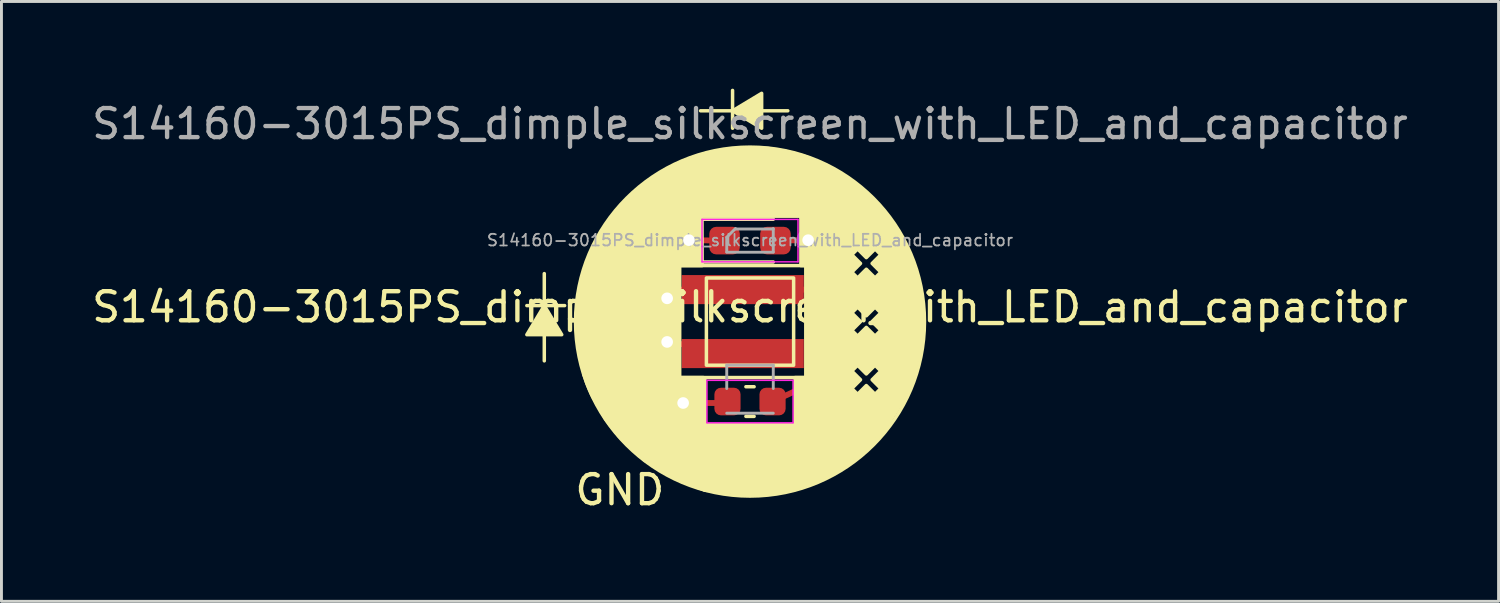
<source format=kicad_pcb>
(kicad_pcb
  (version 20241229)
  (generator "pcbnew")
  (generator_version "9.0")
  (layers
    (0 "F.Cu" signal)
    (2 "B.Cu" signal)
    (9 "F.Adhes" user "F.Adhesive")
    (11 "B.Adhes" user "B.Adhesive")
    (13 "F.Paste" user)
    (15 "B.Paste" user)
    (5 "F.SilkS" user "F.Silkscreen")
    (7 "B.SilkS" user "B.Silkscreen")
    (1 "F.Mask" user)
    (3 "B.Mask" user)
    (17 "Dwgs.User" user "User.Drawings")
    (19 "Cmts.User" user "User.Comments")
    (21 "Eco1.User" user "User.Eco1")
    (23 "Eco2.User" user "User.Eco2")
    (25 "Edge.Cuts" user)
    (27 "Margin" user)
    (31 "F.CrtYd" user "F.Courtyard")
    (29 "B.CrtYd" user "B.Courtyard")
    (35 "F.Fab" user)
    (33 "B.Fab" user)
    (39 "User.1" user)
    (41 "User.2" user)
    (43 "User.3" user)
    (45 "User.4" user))
  (footprint "S14160-3015PS_dimple_silkscreen_with_LED_and_capacitor"
    (layer "F.Cu")
    (at 22.744 8.01)
    (property "Reference" "S14160-3015PS_dimple_silkscreen_with_LED_and_capacitor" (at 0 -0.5 0) (unlocked yes) (layer "F.SilkS") (effects (font (size 1 1) (thickness 0.15))))
    (attr smd)
    (fp_line (start -2.85 -0.8) (end -2.35 -1.1) (stroke (width 0.2) (type default)) (layer "F.Cu"))
    (fp_line (start -2.85 0.7) (end -0.25 1.1) (stroke (width 0.2) (type default)) (layer "F.Cu"))
    (fp_line (start -2.1 -2.8) (end -0.875 -2.785) (stroke (width 0.2) (type default)) (layer "F.Cu"))
    (fp_line (start -0.775 2.8) (end -2.3 2.8) (stroke (width 0.2) (type default)) (layer "F.Cu"))
    (fp_line (start -0.25 -1.1) (end 2.9 -1.1) (stroke (width 0.2) (type default)) (layer "F.Cu"))
    (fp_line (start 0.875 -2.785) (end 2 -2.8) (stroke (width 0.2) (type default)) (layer "F.Cu"))
    (fp_line (start 2.4 2) (end 0.775 2.75) (stroke (width 0.2) (type default)) (layer "F.Cu"))
    (fp_line (start 2.9 -1.1) (end 2.4 2) (stroke (width 0.2) (type default)) (layer "F.Cu"))
    (fp_line (start -7.675 -0.55) (end -6.375 -0.55) (stroke (width 0.12) (type solid)) (layer "F.SilkS"))
    (fp_line (start -7.075 -1.65) (end -7.075 1.35) (stroke (width 0.12) (type solid)) (layer "F.SilkS"))
    (fp_line (start -2.425 1.925) (end -2.425 -1.925) (stroke (width 0.12) (type solid)) (layer "F.SilkS"))
    (fp_line (start -2.425 1.925) (end 1.925 1.925) (stroke (width 0.12) (type solid)) (layer "F.SilkS"))
    (fp_line (start -1.7 -7.25) (end 1.3 -7.25) (stroke (width 0.12) (type solid)) (layer "F.SilkS"))
    (fp_line (start -1.66 -3.52) (end -1.66 -2.05) (stroke (width 0.12) (type solid)) (layer "F.SilkS"))
    (fp_line (start -1.66 -2.05) (end 0.8 -2.05) (stroke (width 0.12) (type solid)) (layer "F.SilkS"))
    (fp_line (start -0.6 -6.65) (end -0.6 -7.95) (stroke (width 0.12) (type solid)) (layer "F.SilkS"))
    (fp_line (start -0.141 2.24) (end 0.141 2.24) (stroke (width 0.12) (type solid)) (layer "F.SilkS"))
    (fp_line (start -0.141 3.26) (end 0.141 3.26) (stroke (width 0.12) (type solid)) (layer "F.SilkS"))
    (fp_line (start 0.8 -3.52) (end -1.66 -3.52) (stroke (width 0.12) (type solid)) (layer "F.SilkS"))
    (fp_line (start 1.925 -1.925) (end -2.425 -1.925) (stroke (width 0.12) (type solid)) (layer "F.SilkS"))
    (fp_line (start 1.925 -1.925) (end 1.925 1.925) (stroke (width 0.12) (type solid)) (layer "F.SilkS"))
    (fp_rect (start -1.5 -1.5) (end 1.5 1.5) (stroke (width 0.12) (type solid)) (fill no) (layer "F.SilkS"))
    (fp_rect (start 4.6 -0.625) (end 3.375 -1.4) (stroke (width 0.12) (type solid)) (fill yes) (layer "F.SilkS"))
    (fp_rect (start 4.6 0.6) (end 3.375 1.4) (stroke (width 0.12) (type solid)) (fill yes) (layer "F.SilkS"))
    (fp_circle (center 0 0) (end 6 0) (stroke (width 0.12) (type solid)) (fill no) (layer "F.SilkS"))
    (fp_poly (pts (xy -7.075 -0.55) (xy -7.675 0.45) (xy -6.475 0.45)) (stroke (width 0.12) (type solid)) (fill yes) (layer "F.SilkS"))
    (fp_poly (pts (xy -0.6 -7.25) (xy 0.4 -6.65) (xy 0.4 -7.85)) (stroke (width 0.12) (type solid)) (fill yes) (layer "F.SilkS"))
    (fp_poly (pts (xy 3.525 -4.8) (xy 3.4 -2.6) (xy 4.6 -2.6) (xy 5.1 -3.1) (xy 4.65 -3.725) (xy 4.2 -4.225)) (stroke (width 0.12) (type solid)) (fill yes) (layer "F.SilkS"))
    (fp_poly (pts (xy 1.925 1.925) (xy 1.925 -1.925) (xy 1.75 -1.925) (xy 1.75 -3.825) (xy 2.525 -5.4) (xy 3.225 -5) (xy 3.525 -4.8) (xy 3.4 -2.6) (xy 3.325 1.675)) (stroke (width 0.12) (type solid)) (fill yes) (layer "F.SilkS"))
    (fp_poly (pts (xy 4.6 -2.6) (xy 4.6 3.75) (xy 5.275 2.7) (xy 5.625 1.875) (xy 5.825 1.075) (xy 5.925 0.175) (xy 5.925 -0.325) (xy 5.8 -1.3) (xy 5.375 -2.55) (xy 5.1 -3.1)) (stroke (width 0.12) (type solid)) (fill yes) (layer "F.SilkS"))
    (fp_poly (pts (xy -1.55 1.95) (xy -1.55 5.8) (xy -2.6 5.375) (xy -3.65 4.75) (xy -4.5 3.95) (xy -4.95 3.375) (xy -5.45 2.5) (xy -5.6 2.15) (xy -5.7 1.85) (xy -2.425 1.925) (xy -1.6 1.925)) (stroke (width 0.12) (type solid)) (fill yes) (layer "F.SilkS"))
    (fp_poly (pts (xy 1.9 -3.65) (xy 2.525 -5.4) (xy 1.9 -5.675) (xy 1.25 -5.85) (xy 0.65 -5.95) (xy 0.025 -5.975) (xy -0.375 -5.95) (xy -1.325 -5.8) (xy -2.1 -5.55) (xy -2.425 -5.425) (xy -1.675 -3.625) (xy 1.7 -3.625)) (stroke (width 0.12) (type solid)) (fill yes) (layer "F.SilkS"))
    (fp_poly (pts (xy -2.425 1.925) (xy -2.425 -1.925) (xy -1.65 -1.925) (xy -1.66 -3.52) (xy -2.425 -5.425) (xy -3.2 -5.025) (xy -3.925 -4.45) (xy -4.425 -3.975) (xy -4.95 -3.325) (xy -5.425 -2.475) (xy -5.7 -1.7) (xy -5.875 -0.975) (xy -5.925 -0.55) (xy -5.95 0) (xy -5.875 0.9) (xy -5.7 1.85)) (stroke (width 0.12) (type solid)) (fill yes) (layer "F.SilkS"))
    (fp_poly (pts (xy -1.525 3.55) (xy 1.55 3.55) (xy 1.55 1.925) (xy 1.925 1.925) (xy 3.325 1.675) (xy 3.4 2.6) (xy 4.6 2.6) (xy 4.6 3.75) (xy 4.25 4.175) (xy 3.875 4.525) (xy 3.45 4.825) (xy 2.825 5.2) (xy 2.1 5.575) (xy 1.35 5.825) (xy 0.4 5.9) (xy -0.1 5.925) (xy -1.075 5.825) (xy -1.55 5.8)) (stroke (width 0.12) (type solid)) (fill yes) (layer "F.SilkS"))
    (fp_poly (pts (xy 4.6 -1.4) (xy 3.7 -1.4) (xy 3.7 -1.5) (xy 4 -1.8) (xy 4.3 -1.5) (xy 4.5 -1.7) (xy 4.2 -2) (xy 4.5 -2.3) (xy 4.3 -2.5) (xy 4 -2.2) (xy 3.7 -2.5) (xy 3.5 -2.3) (xy 3.8 -2) (xy 3.5 -1.7) (xy 3.65 -1.55) (xy 3.675 -1.4) (xy 3.4 -1.4) (xy 3.4 -2.6) (xy 4.6 -2.6)) (stroke (width 0.12) (type solid)) (fill yes) (layer "F.SilkS"))
    (fp_poly (pts (xy 4.6 0.6) (xy 3.7 0.6) (xy 3.7 0.5) (xy 4 0.2) (xy 4.3 0.5) (xy 4.5 0.3) (xy 4.2 0) (xy 4.5 -0.3) (xy 4.3 -0.5) (xy 4 -0.2) (xy 3.7 -0.5) (xy 3.5 -0.3) (xy 3.8 0) (xy 3.5 0.3) (xy 3.65 0.45) (xy 3.675 0.6) (xy 3.4 0.6) (xy 3.4 -0.6) (xy 4.6 -0.6)) (stroke (width 0.12) (type solid)) (fill yes) (layer "F.SilkS"))
    (fp_poly (pts (xy 4.6 2.6) (xy 3.7 2.6) (xy 3.7 2.5) (xy 4 2.2) (xy 4.3 2.5) (xy 4.5 2.3) (xy 4.2 2) (xy 4.5 1.7) (xy 4.3 1.5) (xy 4 1.8) (xy 3.7 1.5) (xy 3.5 1.7) (xy 3.8 2) (xy 3.5 2.3) (xy 3.65 2.45) (xy 3.675 2.6) (xy 3.4 2.6) (xy 3.4 1.4) (xy 4.6 1.4)) (stroke (width 0.12) (type solid)) (fill yes) (layer "F.SilkS"))
    (fp_line (start -1.65 -3.515) (end 1.65 -3.515) (stroke (width 0.05) (type solid)) (layer "F.CrtYd"))
    (fp_line (start -1.65 -2.055) (end -1.65 -3.515) (stroke (width 0.05) (type solid)) (layer "F.CrtYd"))
    (fp_line (start -1.48 2.02) (end 1.48 2.02) (stroke (width 0.05) (type solid)) (layer "F.CrtYd"))
    (fp_line (start -1.48 3.48) (end -1.48 2.02) (stroke (width 0.05) (type solid)) (layer "F.CrtYd"))
    (fp_line (start 1.48 2.02) (end 1.48 3.48) (stroke (width 0.05) (type solid)) (layer "F.CrtYd"))
    (fp_line (start 1.48 3.48) (end -1.48 3.48) (stroke (width 0.05) (type solid)) (layer "F.CrtYd"))
    (fp_line (start 1.65 -3.515) (end 1.65 -2.055) (stroke (width 0.05) (type solid)) (layer "F.CrtYd"))
    (fp_line (start 1.65 -2.055) (end -1.65 -2.055) (stroke (width 0.05) (type solid)) (layer "F.CrtYd"))
    (fp_line (start -0.8 -2.9) (end -0.8 -2.4) (stroke (width 0.1) (type solid)) (layer "F.Fab"))
    (fp_line (start -0.8 -2.385) (end 0.8 -2.385) (stroke (width 0.1) (type solid)) (layer "F.Fab"))
    (fp_line (start -0.8 1.5) (end 0.8 1.5) (stroke (width 0.1) (type solid)) (layer "F.Fab"))
    (fp_line (start -0.8 2.3) (end -0.8 1.5) (stroke (width 0.1) (type solid)) (layer "F.Fab"))
    (fp_line (start -0.5 -3.2) (end -0.8 -2.9) (stroke (width 0.1) (type solid)) (layer "F.Fab"))
    (fp_line (start 0.8 -3.185) (end -0.5 -3.185) (stroke (width 0.1) (type solid)) (layer "F.Fab"))
    (fp_line (start 0.8 -2.4) (end 0.8 -3.2) (stroke (width 0.1) (type solid)) (layer "F.Fab"))
    (fp_line (start 0.8 1.5) (end 0.8 2.3) (stroke (width 0.1) (type solid)) (layer "F.Fab"))
    (fp_line (start 0.8 3.15) (end -0.8 3.15) (stroke (width 0.1) (type solid)) (layer "F.Fab"))
    (fp_text user "GND" (at -6.1 6.375 0) (unlocked yes) (layer "F.SilkS") (effects (font (size 1 1) (thickness 0.15)) (justify left bottom)))
    (fp_text user "${REFERENCE}" (at 0 -2.8 0) (layer "F.Fab") (effects (font (size 0.4 0.4) (thickness 0.06))))
    (fp_text user "${REFERENCE}" (at 0 -6.8 0) (unlocked yes) (layer "F.Fab") (effects (font (size 1 1) (thickness 0.15))))
    (pad "1" smd roundrect (at -0.875 -2.785) (size 1.05 0.95) (layers "F.Cu" "F.Mask" "F.Paste") (roundrect_rratio 0.25))
    (pad "1" smd roundrect (at -0.775 2.75) (size 0.9 0.95) (layers "F.Cu" "F.Mask" "F.Paste") (roundrect_rratio 0.25))
    (pad "1" smd rect (at -0.25 -1.1) (size 4.2 1) (layers "F.Cu" "F.Mask" "F.Paste"))
    (pad "2" smd roundrect (at 0.775 2.75) (size 0.9 0.95) (layers "F.Cu" "F.Mask" "F.Paste") (roundrect_rratio 0.25))
    (pad "2" smd roundrect (at 0.875 -2.785) (size 1.05 0.95) (layers "F.Cu" "F.Mask" "F.Paste") (roundrect_rratio 0.25))
    (pad "4" smd rect (at -0.25 1.1) (size 4.2 1) (layers "F.Cu" "F.Mask" "F.Paste"))
    (pad "5" thru_hole circle (at -2.1 -2.8) (size 0.8 0.8) (drill 0.4) (layers "*.Cu"))
    (pad "6" thru_hole circle (at 2 -2.8) (size 0.8 0.8) (drill 0.4) (layers "*.Cu"))
    (pad "7" thru_hole circle (at -2.85 -0.8) (size 0.8 0.8) (drill 0.4) (layers "*.Cu"))
    (pad "8" thru_hole circle (at -2.85 0.7) (size 0.8 0.8) (drill 0.4) (layers "*.Cu"))
    (pad "9" thru_hole circle (at -2.3 2.8) (size 0.8 0.8) (drill 0.4) (layers "*.Cu")))
  (gr_rect
    (start -3 -3)
    (end 48.488 17.631)
    (stroke (width 0.1) (type default))
    (fill no)
    (layer "Edge.Cuts")))
</source>
